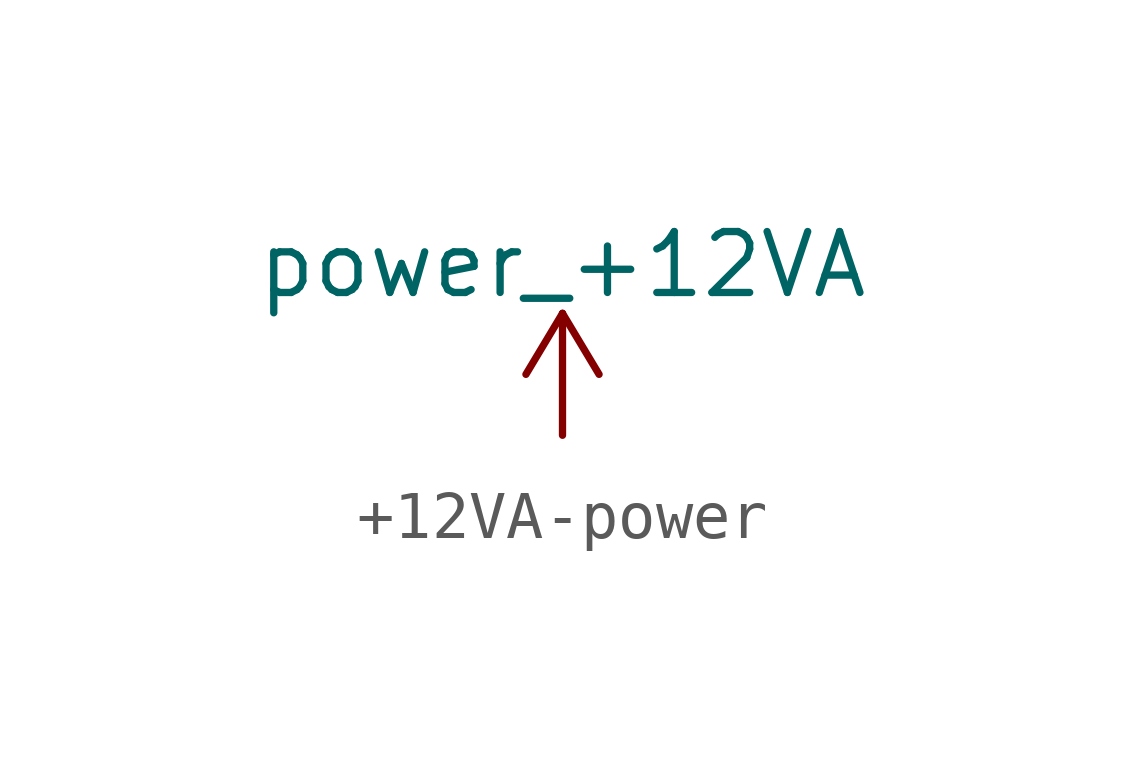
<source format=kicad_sym>
(kicad_symbol_lib
  (version 20231120)
  (generator "kicad_symbol_editor")
  (generator_version "8.0")
  (symbol "+12VA-power"
    (power)
    (pin_names
      (offset 0))
    (property "Reference" "#PWR"
      (at 0 -3.81 0)
      (effects (font (size 1.27 1.27)) (hide yes)))
    (property "Value" "power_+12VA"
      (at 0 3.556 0)
      (effects (font (size 1.27 1.27))))
    (symbol "+12VA-power_0_1"
      (polyline (pts (xy -0.762 1.27) (xy 0 2.54)) (stroke (width 0) (type solid)) (fill (type none)))
      (polyline (pts (xy 0 0) (xy 0 2.54)) (stroke (width 0) (type solid)) (fill (type none)))
      (polyline (pts (xy 0 2.54) (xy 0.762 1.27)) (stroke (width 0) (type solid)) (fill (type none))))
    (symbol "+12VA-power_1_1"
      (pin power_in line (at 0 0 90) (length 0) hide (name "+12VA" (effects (font (size 1.27 1.27)))) (number "1" (effects (font (size 1.27 1.27))))))))
</source>
